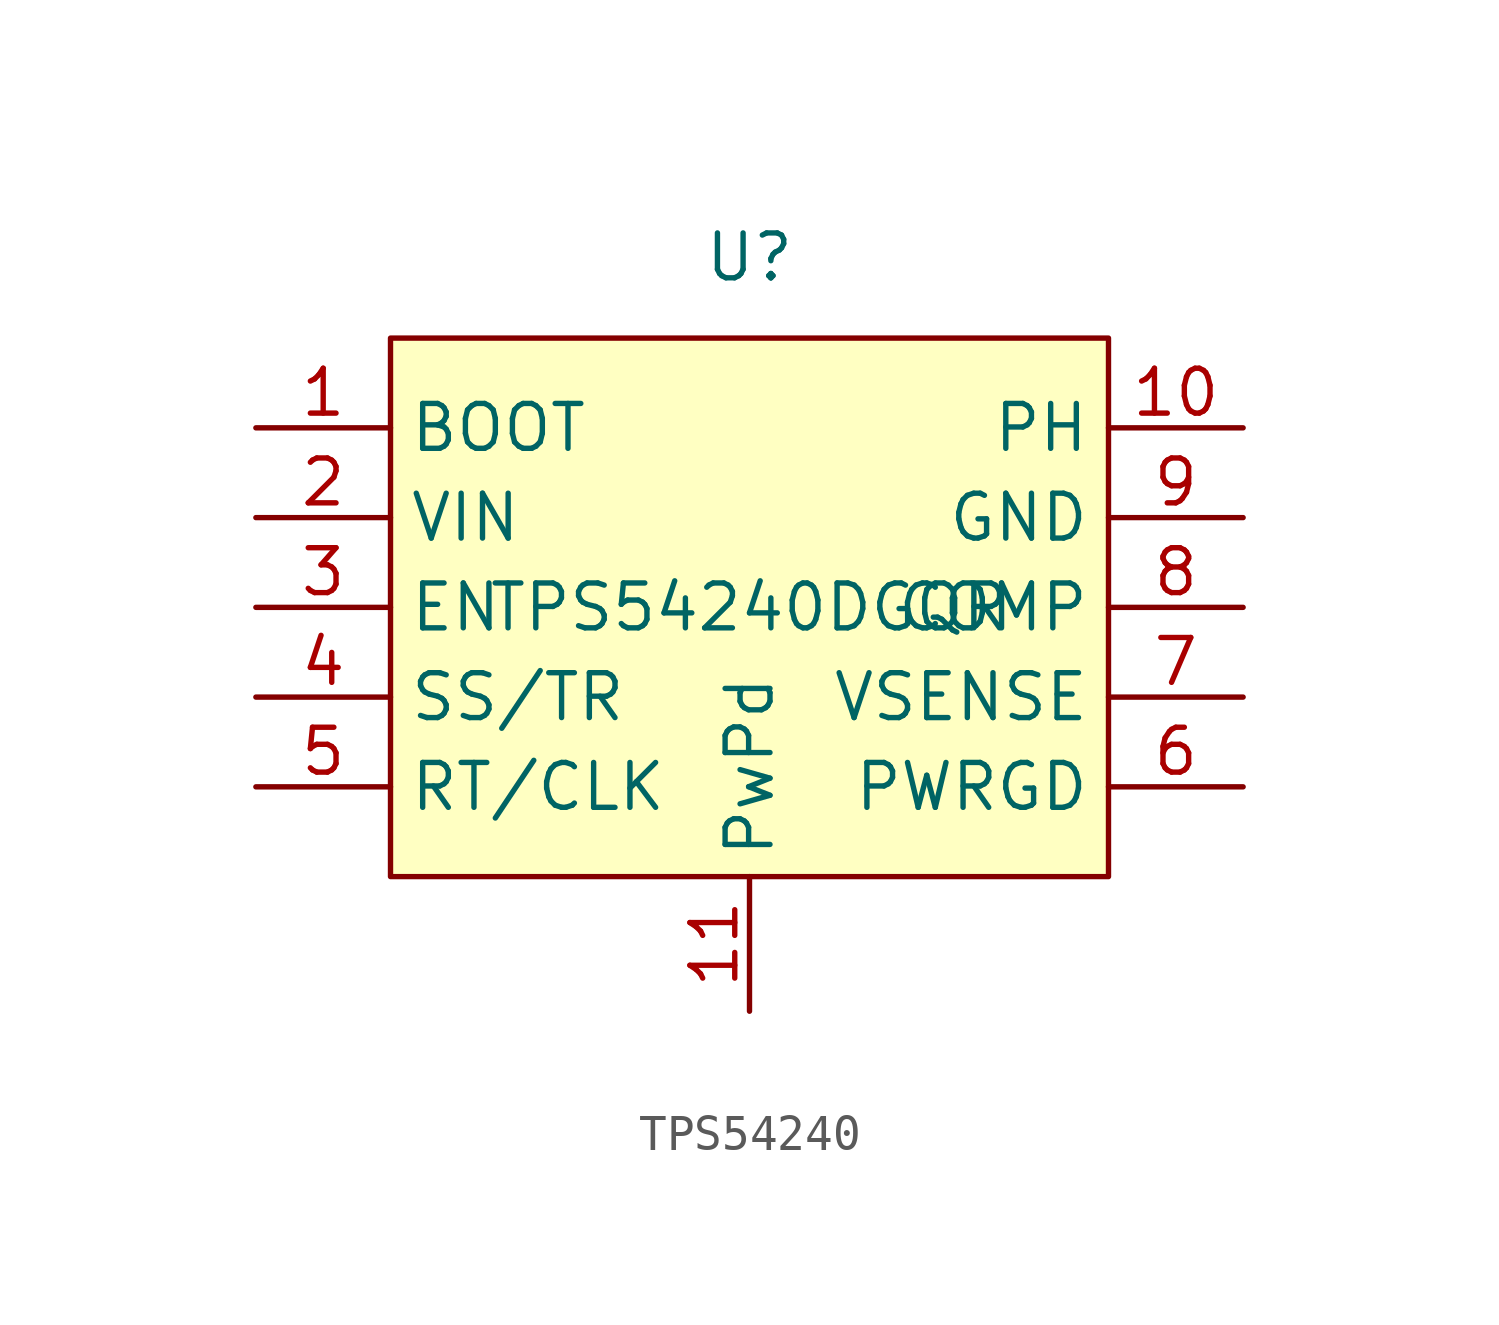
<source format=kicad_sym>
(kicad_symbol_lib
  (version 20231120)
  (generator "kicad_symbol_editor")
  (generator_version "8.0")
  (symbol "TPS54240"
    (property "Reference" "U"
      (at 0 9.906 0)
      (effects (font (size 1.27 1.27))))
    (property "Value" "TPS54240DGQR"
      (at 0 0 0)
      (effects (font (size 1.27 1.27))))
    (symbol "TPS54240_1_1"
      (rectangle (start -10.16 7.62) (end 10.16 -7.62) (stroke (width 0) (type default)) (fill (type background)))
      (pin input line (at -13.97 5.08 0) (length 3.81) (name "BOOT" (effects (font (size 1.27 1.27)))) (number "1" (effects (font (size 1.27 1.27)))))
      (pin output line (at 13.97 5.08 180) (length 3.81) (name "PH" (effects (font (size 1.27 1.27)))) (number "10" (effects (font (size 1.27 1.27)))))
      (pin power_in line (at 0 -11.43 90) (length 3.81) (name "PwPd" (effects (font (size 1.27 1.27)))) (number "11" (effects (font (size 1.27 1.27)))))
      (pin power_in line (at -13.97 2.54 0) (length 3.81) (name "VIN" (effects (font (size 1.27 1.27)))) (number "2" (effects (font (size 1.27 1.27)))))
      (pin input line (at -13.97 0 0) (length 3.81) (name "EN" (effects (font (size 1.27 1.27)))) (number "3" (effects (font (size 1.27 1.27)))))
      (pin input line (at -13.97 -2.54 0) (length 3.81) (name "SS/TR" (effects (font (size 1.27 1.27)))) (number "4" (effects (font (size 1.27 1.27)))))
      (pin input line (at -13.97 -5.08 0) (length 3.81) (name "RT/CLK" (effects (font (size 1.27 1.27)))) (number "5" (effects (font (size 1.27 1.27)))))
      (pin open_collector line (at 13.97 -5.08 180) (length 3.81) (name "PWRGD" (effects (font (size 1.27 1.27)))) (number "6" (effects (font (size 1.27 1.27)))))
      (pin input line (at 13.97 -2.54 180) (length 3.81) (name "VSENSE" (effects (font (size 1.27 1.27)))) (number "7" (effects (font (size 1.27 1.27)))))
      (pin input line (at 13.97 0 180) (length 3.81) (name "COMP" (effects (font (size 1.27 1.27)))) (number "8" (effects (font (size 1.27 1.27)))))
      (pin power_in line (at 13.97 2.54 180) (length 3.81) (name "GND" (effects (font (size 1.27 1.27)))) (number "9" (effects (font (size 1.27 1.27))))))))
</source>
